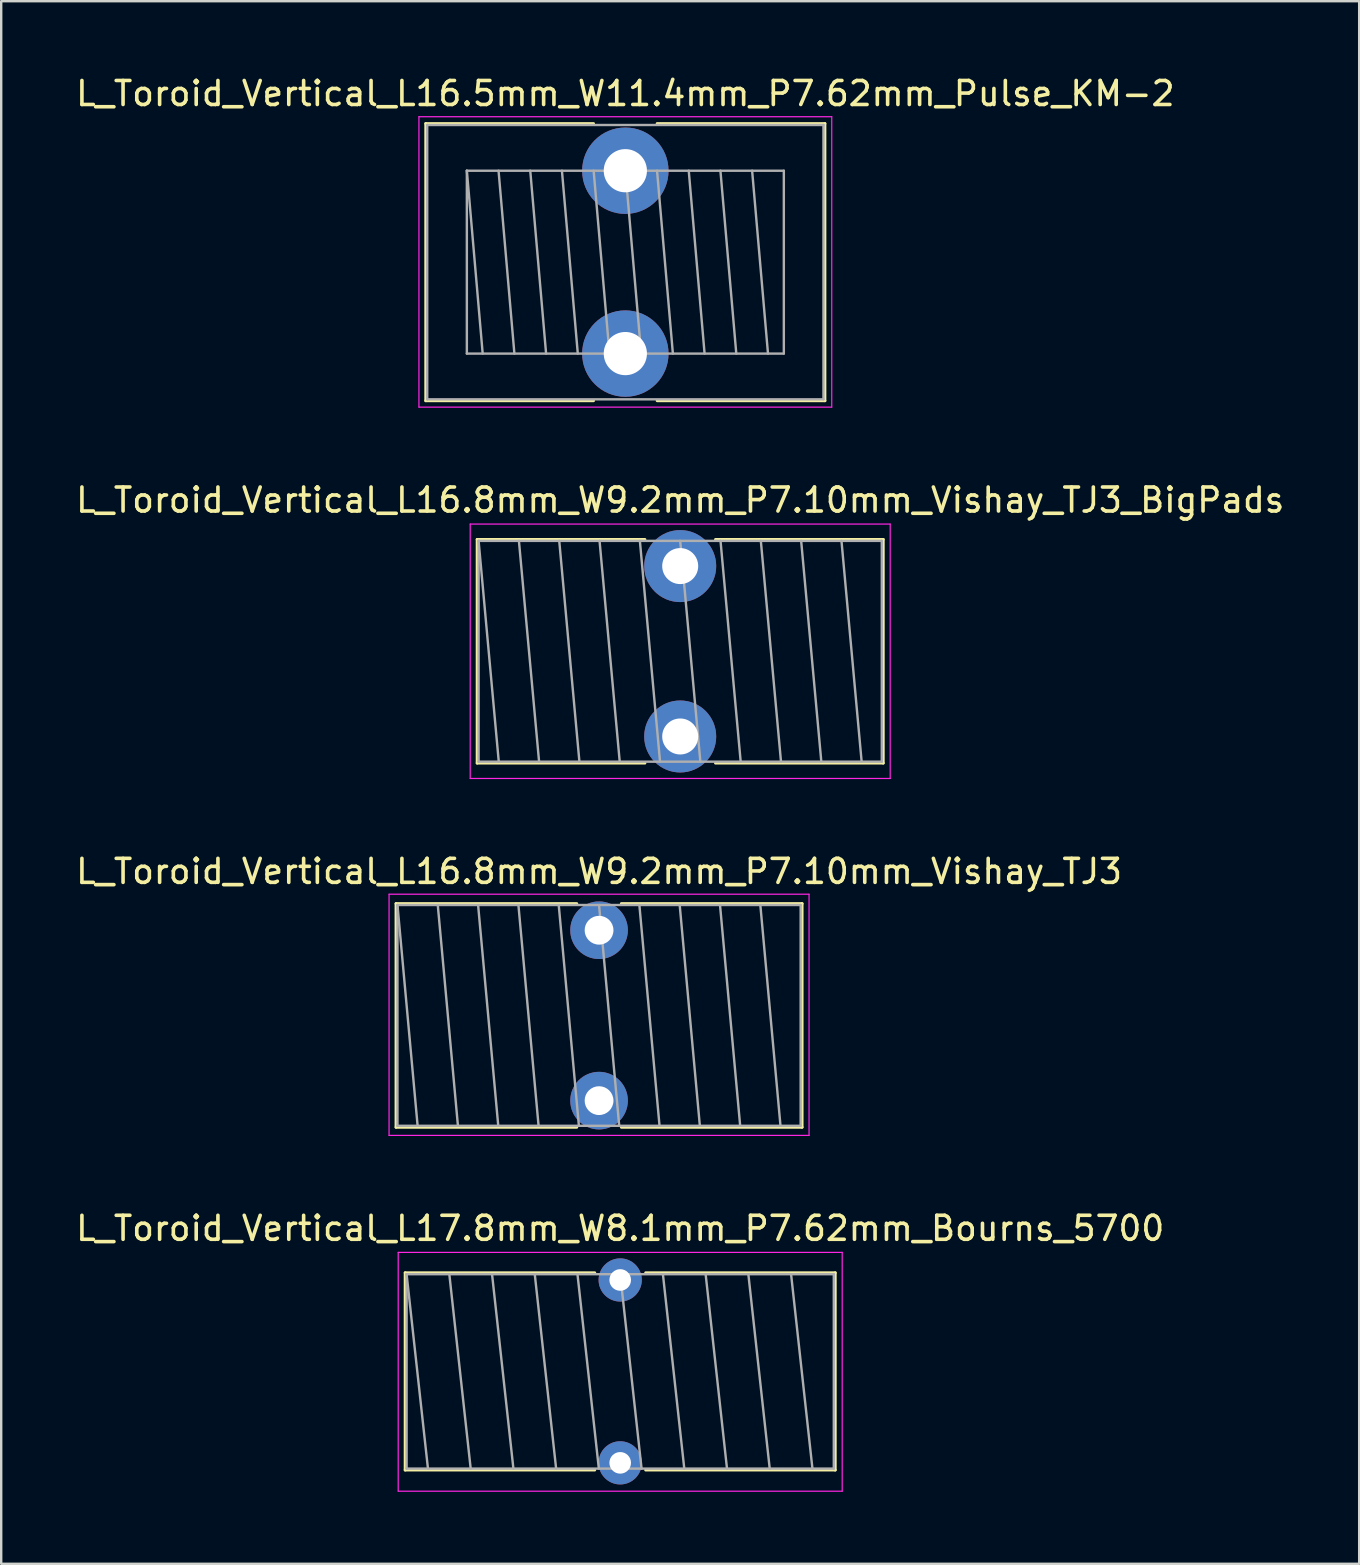
<source format=kicad_pcb>
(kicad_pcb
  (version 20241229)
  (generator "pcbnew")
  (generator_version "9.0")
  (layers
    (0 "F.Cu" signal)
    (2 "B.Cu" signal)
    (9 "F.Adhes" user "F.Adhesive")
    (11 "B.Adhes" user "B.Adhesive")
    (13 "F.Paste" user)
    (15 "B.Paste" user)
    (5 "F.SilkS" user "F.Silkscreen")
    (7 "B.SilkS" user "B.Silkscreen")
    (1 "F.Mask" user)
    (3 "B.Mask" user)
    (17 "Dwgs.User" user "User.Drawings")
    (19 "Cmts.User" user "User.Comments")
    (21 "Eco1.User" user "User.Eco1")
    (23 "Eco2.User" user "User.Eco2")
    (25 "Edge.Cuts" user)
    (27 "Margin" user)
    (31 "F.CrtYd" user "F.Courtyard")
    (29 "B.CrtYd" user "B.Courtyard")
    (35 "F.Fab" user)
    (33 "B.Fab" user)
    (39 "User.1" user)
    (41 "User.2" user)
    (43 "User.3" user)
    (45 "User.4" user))
  (footprint "L_Toroid_Vertical_L16.5mm_W11.4mm_P7.62mm_Pulse_KM-2"
    (layer "F.Cu")
    (at 23.006 4.063)
    (property "Reference" "L_Toroid_Vertical_L16.5mm_W11.4mm_P7.62mm_Pulse_KM-2" (at 0 -3.215 0) (layer "F.SilkS") (effects (font (size 1 1) (thickness 0.15))))
    (attr through_hole)
    (fp_line (start -8.316 -1.965) (end -8.316 9.585) (stroke (width 0.12) (type solid)) (layer "F.SilkS"))
    (fp_line (start -8.316 -1.965) (end -1.325 -1.965) (stroke (width 0.12) (type solid)) (layer "F.SilkS"))
    (fp_line (start -8.316 9.585) (end -1.325 9.585) (stroke (width 0.12) (type solid)) (layer "F.SilkS"))
    (fp_line (start 1.325 -1.965) (end 8.316 -1.965) (stroke (width 0.12) (type solid)) (layer "F.SilkS"))
    (fp_line (start 1.325 9.585) (end 8.316 9.585) (stroke (width 0.12) (type solid)) (layer "F.SilkS"))
    (fp_line (start 8.316 -1.965) (end 8.316 9.585) (stroke (width 0.12) (type solid)) (layer "F.SilkS"))
    (fp_line (start -8.6 -2.25) (end -8.6 9.85) (stroke (width 0.05) (type solid)) (layer "F.CrtYd"))
    (fp_line (start -8.6 9.85) (end 8.6 9.85) (stroke (width 0.05) (type solid)) (layer "F.CrtYd"))
    (fp_line (start 8.6 -2.25) (end -8.6 -2.25) (stroke (width 0.05) (type solid)) (layer "F.CrtYd"))
    (fp_line (start 8.6 9.85) (end 8.6 -2.25) (stroke (width 0.05) (type solid)) (layer "F.CrtYd"))
    (fp_line (start -8.255 -1.905) (end -8.255 9.525) (stroke (width 0.1) (type solid)) (layer "F.Fab"))
    (fp_line (start -8.255 9.525) (end 8.255 9.525) (stroke (width 0.1) (type solid)) (layer "F.Fab"))
    (fp_line (start -6.604 0) (end -6.604 7.62) (stroke (width 0.1) (type solid)) (layer "F.Fab"))
    (fp_line (start -6.604 0) (end -5.944 7.62) (stroke (width 0.1) (type solid)) (layer "F.Fab"))
    (fp_line (start -6.604 7.62) (end 6.604 7.62) (stroke (width 0.1) (type solid)) (layer "F.Fab"))
    (fp_line (start -5.283 0) (end -4.623 7.62) (stroke (width 0.1) (type solid)) (layer "F.Fab"))
    (fp_line (start -3.962 0) (end -3.302 7.62) (stroke (width 0.1) (type solid)) (layer "F.Fab"))
    (fp_line (start -2.642 0) (end -1.981 7.62) (stroke (width 0.1) (type solid)) (layer "F.Fab"))
    (fp_line (start -1.321 0) (end -0.66 7.62) (stroke (width 0.1) (type solid)) (layer "F.Fab"))
    (fp_line (start 0 0) (end 0.66 7.62) (stroke (width 0.1) (type solid)) (layer "F.Fab"))
    (fp_line (start 1.321 0) (end 1.981 7.62) (stroke (width 0.1) (type solid)) (layer "F.Fab"))
    (fp_line (start 2.642 0) (end 3.302 7.62) (stroke (width 0.1) (type solid)) (layer "F.Fab"))
    (fp_line (start 3.962 0) (end 4.623 7.62) (stroke (width 0.1) (type solid)) (layer "F.Fab"))
    (fp_line (start 5.283 0) (end 5.944 7.62) (stroke (width 0.1) (type solid)) (layer "F.Fab"))
    (fp_line (start 6.604 0) (end -6.604 0) (stroke (width 0.1) (type solid)) (layer "F.Fab"))
    (fp_line (start 6.604 7.62) (end 6.604 0) (stroke (width 0.1) (type solid)) (layer "F.Fab"))
    (fp_line (start 8.255 -1.905) (end -8.255 -1.905) (stroke (width 0.1) (type solid)) (layer "F.Fab"))
    (fp_line (start 8.255 9.525) (end 8.255 -1.905) (stroke (width 0.1) (type solid)) (layer "F.Fab"))
    (pad "1" thru_hole circle (at 0 0) (size 3.6 3.6) (drill 1.8) (layers "*.Cu" "*.Mask"))
    (pad "2" thru_hole circle (at 0 7.62) (size 3.6 3.6) (drill 1.8) (layers "*.Cu" "*.Mask")))
  (footprint "L_Toroid_Vertical_L17.8mm_W8.1mm_P7.62mm_Bourns_5700"
    (layer "F.Cu")
    (at 22.792 50.283)
    (property "Reference" "L_Toroid_Vertical_L17.8mm_W8.1mm_P7.62mm_Bourns_5700" (at 0 -2.15 0) (layer "F.SilkS") (effects (font (size 1 1) (thickness 0.15))))
    (attr through_hole)
    (fp_line (start -8.96 -0.3) (end -8.96 7.92) (stroke (width 0.12) (type solid)) (layer "F.SilkS"))
    (fp_line (start -8.96 -0.3) (end -1.061 -0.3) (stroke (width 0.12) (type solid)) (layer "F.SilkS"))
    (fp_line (start -8.96 7.92) (end -1.061 7.92) (stroke (width 0.12) (type solid)) (layer "F.SilkS"))
    (fp_line (start 1.061 -0.3) (end 8.96 -0.3) (stroke (width 0.12) (type solid)) (layer "F.SilkS"))
    (fp_line (start 1.061 7.92) (end 8.96 7.92) (stroke (width 0.12) (type solid)) (layer "F.SilkS"))
    (fp_line (start 8.96 -0.3) (end 8.96 7.92) (stroke (width 0.12) (type solid)) (layer "F.SilkS"))
    (fp_line (start -9.25 -1.15) (end -9.25 8.8) (stroke (width 0.05) (type solid)) (layer "F.CrtYd"))
    (fp_line (start -9.25 8.8) (end 9.25 8.8) (stroke (width 0.05) (type solid)) (layer "F.CrtYd"))
    (fp_line (start 9.25 -1.15) (end -9.25 -1.15) (stroke (width 0.05) (type solid)) (layer "F.CrtYd"))
    (fp_line (start 9.25 8.8) (end 9.25 -1.15) (stroke (width 0.05) (type solid)) (layer "F.CrtYd"))
    (fp_line (start -8.9 -0.24) (end -8.9 7.86) (stroke (width 0.1) (type solid)) (layer "F.Fab"))
    (fp_line (start -8.9 -0.24) (end -8.01 7.86) (stroke (width 0.1) (type solid)) (layer "F.Fab"))
    (fp_line (start -8.9 7.86) (end 8.9 7.86) (stroke (width 0.1) (type solid)) (layer "F.Fab"))
    (fp_line (start -7.12 -0.24) (end -6.23 7.86) (stroke (width 0.1) (type solid)) (layer "F.Fab"))
    (fp_line (start -5.34 -0.24) (end -4.45 7.86) (stroke (width 0.1) (type solid)) (layer "F.Fab"))
    (fp_line (start -3.56 -0.24) (end -2.67 7.86) (stroke (width 0.1) (type solid)) (layer "F.Fab"))
    (fp_line (start -1.78 -0.24) (end -0.89 7.86) (stroke (width 0.1) (type solid)) (layer "F.Fab"))
    (fp_line (start 0 -0.24) (end 0.89 7.86) (stroke (width 0.1) (type solid)) (layer "F.Fab"))
    (fp_line (start 1.78 -0.24) (end 2.67 7.86) (stroke (width 0.1) (type solid)) (layer "F.Fab"))
    (fp_line (start 3.56 -0.24) (end 4.45 7.86) (stroke (width 0.1) (type solid)) (layer "F.Fab"))
    (fp_line (start 5.34 -0.24) (end 6.23 7.86) (stroke (width 0.1) (type solid)) (layer "F.Fab"))
    (fp_line (start 7.12 -0.24) (end 8.01 7.86) (stroke (width 0.1) (type solid)) (layer "F.Fab"))
    (fp_line (start 8.9 -0.24) (end -8.9 -0.24) (stroke (width 0.1) (type solid)) (layer "F.Fab"))
    (fp_line (start 8.9 7.86) (end 8.9 -0.24) (stroke (width 0.1) (type solid)) (layer "F.Fab"))
    (pad "1" thru_hole circle (at 0 0) (size 1.8 1.8) (drill 0.9) (layers "*.Cu" "*.Mask"))
    (pad "2" thru_hole circle (at 0 7.62) (size 1.8 1.8) (drill 0.9) (layers "*.Cu" "*.Mask")))
  (footprint "L_Toroid_Vertical_L16.8mm_W9.2mm_P7.10mm_Vishay_TJ3_BigPads"
    (layer "F.Cu")
    (at 25.292 20.537)
    (property "Reference" "L_Toroid_Vertical_L16.8mm_W9.2mm_P7.10mm_Vishay_TJ3_BigPads" (at 0 -2.75 0) (layer "F.SilkS") (effects (font (size 1 1) (thickness 0.15))))
    (attr through_hole)
    (fp_line (start -8.46 -1.11) (end -8.46 8.21) (stroke (width 0.12) (type solid)) (layer "F.SilkS"))
    (fp_line (start -8.46 -1.11) (end -1.47 -1.11) (stroke (width 0.12) (type solid)) (layer "F.SilkS"))
    (fp_line (start -8.46 8.21) (end -1.47 8.21) (stroke (width 0.12) (type solid)) (layer "F.SilkS"))
    (fp_line (start 1.47 -1.11) (end 8.46 -1.11) (stroke (width 0.12) (type solid)) (layer "F.SilkS"))
    (fp_line (start 1.47 8.21) (end 8.46 8.21) (stroke (width 0.12) (type solid)) (layer "F.SilkS"))
    (fp_line (start 8.46 -1.11) (end 8.46 8.21) (stroke (width 0.12) (type solid)) (layer "F.SilkS"))
    (fp_line (start -8.75 -1.75) (end -8.75 8.85) (stroke (width 0.05) (type solid)) (layer "F.CrtYd"))
    (fp_line (start -8.75 8.85) (end 8.75 8.85) (stroke (width 0.05) (type solid)) (layer "F.CrtYd"))
    (fp_line (start 8.75 -1.75) (end -8.75 -1.75) (stroke (width 0.05) (type solid)) (layer "F.CrtYd"))
    (fp_line (start 8.75 8.85) (end 8.75 -1.75) (stroke (width 0.05) (type solid)) (layer "F.CrtYd"))
    (fp_line (start -8.4 -1.05) (end -8.4 8.15) (stroke (width 0.1) (type solid)) (layer "F.Fab"))
    (fp_line (start -8.4 -1.05) (end -7.56 8.15) (stroke (width 0.1) (type solid)) (layer "F.Fab"))
    (fp_line (start -8.4 8.15) (end 8.4 8.15) (stroke (width 0.1) (type solid)) (layer "F.Fab"))
    (fp_line (start -6.72 -1.05) (end -5.88 8.15) (stroke (width 0.1) (type solid)) (layer "F.Fab"))
    (fp_line (start -5.04 -1.05) (end -4.2 8.15) (stroke (width 0.1) (type solid)) (layer "F.Fab"))
    (fp_line (start -3.36 -1.05) (end -2.52 8.15) (stroke (width 0.1) (type solid)) (layer "F.Fab"))
    (fp_line (start -1.68 -1.05) (end -0.84 8.15) (stroke (width 0.1) (type solid)) (layer "F.Fab"))
    (fp_line (start 0 -1.05) (end 0.84 8.15) (stroke (width 0.1) (type solid)) (layer "F.Fab"))
    (fp_line (start 1.68 -1.05) (end 2.52 8.15) (stroke (width 0.1) (type solid)) (layer "F.Fab"))
    (fp_line (start 3.36 -1.05) (end 4.2 8.15) (stroke (width 0.1) (type solid)) (layer "F.Fab"))
    (fp_line (start 5.04 -1.05) (end 5.88 8.15) (stroke (width 0.1) (type solid)) (layer "F.Fab"))
    (fp_line (start 6.72 -1.05) (end 7.56 8.15) (stroke (width 0.1) (type solid)) (layer "F.Fab"))
    (fp_line (start 8.4 -1.05) (end -8.4 -1.05) (stroke (width 0.1) (type solid)) (layer "F.Fab"))
    (fp_line (start 8.4 8.15) (end 8.4 -1.05) (stroke (width 0.1) (type solid)) (layer "F.Fab"))
    (pad "1" thru_hole circle (at 0 0) (size 3 3) (drill 1.5) (layers "*.Cu" "*.Mask"))
    (pad "2" thru_hole circle (at 0 7.1) (size 3 3) (drill 1.5) (layers "*.Cu" "*.Mask")))
  (footprint "L_Toroid_Vertical_L16.8mm_W9.2mm_P7.10mm_Vishay_TJ3"
    (layer "F.Cu")
    (at 21.911 35.71)
    (property "Reference" "L_Toroid_Vertical_L16.8mm_W9.2mm_P7.10mm_Vishay_TJ3" (at 0 -2.45 0) (layer "F.SilkS") (effects (font (size 1 1) (thickness 0.15))))
    (attr through_hole)
    (fp_line (start -8.46 -1.11) (end -8.46 8.21) (stroke (width 0.12) (type solid)) (layer "F.SilkS"))
    (fp_line (start -8.46 -1.11) (end -0.928 -1.11) (stroke (width 0.12) (type solid)) (layer "F.SilkS"))
    (fp_line (start -8.46 8.21) (end -0.928 8.21) (stroke (width 0.12) (type solid)) (layer "F.SilkS"))
    (fp_line (start 0.928 -1.11) (end 8.46 -1.11) (stroke (width 0.12) (type solid)) (layer "F.SilkS"))
    (fp_line (start 0.928 8.21) (end 8.46 8.21) (stroke (width 0.12) (type solid)) (layer "F.SilkS"))
    (fp_line (start 8.46 -1.11) (end 8.46 8.21) (stroke (width 0.12) (type solid)) (layer "F.SilkS"))
    (fp_line (start -8.75 -1.5) (end -8.75 8.55) (stroke (width 0.05) (type solid)) (layer "F.CrtYd"))
    (fp_line (start -8.75 8.55) (end 8.75 8.55) (stroke (width 0.05) (type solid)) (layer "F.CrtYd"))
    (fp_line (start 8.75 -1.5) (end -8.75 -1.5) (stroke (width 0.05) (type solid)) (layer "F.CrtYd"))
    (fp_line (start 8.75 8.55) (end 8.75 -1.5) (stroke (width 0.05) (type solid)) (layer "F.CrtYd"))
    (fp_line (start -8.4 -1.05) (end -8.4 8.15) (stroke (width 0.1) (type solid)) (layer "F.Fab"))
    (fp_line (start -8.4 -1.05) (end -7.56 8.15) (stroke (width 0.1) (type solid)) (layer "F.Fab"))
    (fp_line (start -8.4 8.15) (end 8.4 8.15) (stroke (width 0.1) (type solid)) (layer "F.Fab"))
    (fp_line (start -6.72 -1.05) (end -5.88 8.15) (stroke (width 0.1) (type solid)) (layer "F.Fab"))
    (fp_line (start -5.04 -1.05) (end -4.2 8.15) (stroke (width 0.1) (type solid)) (layer "F.Fab"))
    (fp_line (start -3.36 -1.05) (end -2.52 8.15) (stroke (width 0.1) (type solid)) (layer "F.Fab"))
    (fp_line (start -1.68 -1.05) (end -0.84 8.15) (stroke (width 0.1) (type solid)) (layer "F.Fab"))
    (fp_line (start 0 -1.05) (end 0.84 8.15) (stroke (width 0.1) (type solid)) (layer "F.Fab"))
    (fp_line (start 1.68 -1.05) (end 2.52 8.15) (stroke (width 0.1) (type solid)) (layer "F.Fab"))
    (fp_line (start 3.36 -1.05) (end 4.2 8.15) (stroke (width 0.1) (type solid)) (layer "F.Fab"))
    (fp_line (start 5.04 -1.05) (end 5.88 8.15) (stroke (width 0.1) (type solid)) (layer "F.Fab"))
    (fp_line (start 6.72 -1.05) (end 7.56 8.15) (stroke (width 0.1) (type solid)) (layer "F.Fab"))
    (fp_line (start 8.4 -1.05) (end -8.4 -1.05) (stroke (width 0.1) (type solid)) (layer "F.Fab"))
    (fp_line (start 8.4 8.15) (end 8.4 -1.05) (stroke (width 0.1) (type solid)) (layer "F.Fab"))
    (pad "1" thru_hole circle (at 0 0) (size 2.4 2.4) (drill 1.2) (layers "*.Cu" "*.Mask"))
    (pad "2" thru_hole circle (at 0 7.1) (size 2.4 2.4) (drill 1.2) (layers "*.Cu" "*.Mask")))
  (gr_rect
    (start -3 -3)
    (end 53.583 62.108)
    (stroke (width 0.1) (type default))
    (fill no)
    (layer "Edge.Cuts")))
</source>
